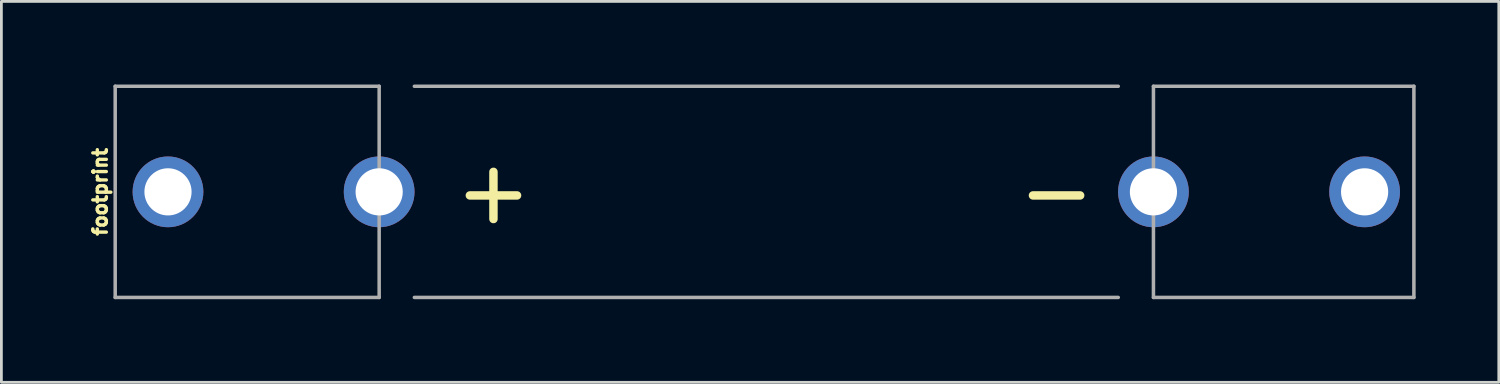
<source format=kicad_pcb>
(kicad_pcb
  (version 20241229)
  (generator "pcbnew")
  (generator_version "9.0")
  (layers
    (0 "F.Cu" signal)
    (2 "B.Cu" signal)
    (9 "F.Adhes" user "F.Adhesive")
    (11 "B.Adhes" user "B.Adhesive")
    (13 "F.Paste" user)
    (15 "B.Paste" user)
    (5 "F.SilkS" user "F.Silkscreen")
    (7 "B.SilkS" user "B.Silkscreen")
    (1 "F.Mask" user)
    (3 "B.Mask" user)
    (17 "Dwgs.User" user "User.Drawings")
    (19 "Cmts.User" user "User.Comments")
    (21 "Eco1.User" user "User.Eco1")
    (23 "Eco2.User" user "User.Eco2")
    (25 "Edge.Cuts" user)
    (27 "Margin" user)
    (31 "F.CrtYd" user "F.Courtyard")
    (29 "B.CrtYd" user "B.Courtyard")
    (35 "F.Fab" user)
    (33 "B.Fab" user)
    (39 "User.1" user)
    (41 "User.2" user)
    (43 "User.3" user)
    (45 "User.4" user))
  (footprint "footprint"
    (layer "F.Cu")
    (at 24.602 3.873)
    (property "Reference" "footprint" (at -23.749 0 90) (layer "F.SilkS") (effects (font (size 0.488 0.488) (thickness 0.122)) (justify bottom)))
    (fp_line (start -23.495 -3.81) (end -13.97 -3.81) (stroke (width 0.127) (type solid)) (layer "F.Fab"))
    (fp_line (start -23.495 3.81) (end -23.495 -3.81) (stroke (width 0.127) (type solid)) (layer "F.Fab"))
    (fp_line (start -13.97 -3.81) (end -13.97 3.81) (stroke (width 0.127) (type solid)) (layer "F.Fab"))
    (fp_line (start -13.97 3.81) (end -23.495 3.81) (stroke (width 0.127) (type solid)) (layer "F.Fab"))
    (fp_line (start -12.7 -3.81) (end 12.7 -3.81) (stroke (width 0.127) (type solid)) (layer "F.Fab"))
    (fp_line (start 12.7 3.81) (end -12.7 3.81) (stroke (width 0.127) (type solid)) (layer "F.Fab"))
    (fp_line (start 13.97 -3.81) (end 13.97 3.81) (stroke (width 0.127) (type solid)) (layer "F.Fab"))
    (fp_line (start 13.97 3.81) (end 23.368 3.81) (stroke (width 0.127) (type solid)) (layer "F.Fab"))
    (fp_line (start 23.368 -3.81) (end 13.97 -3.81) (stroke (width 0.127) (type solid)) (layer "F.Fab"))
    (fp_line (start 23.368 3.81) (end 23.368 -3.81) (stroke (width 0.127) (type solid)) (layer "F.Fab"))
    (fp_text user "+" (at -11.43 1.27 0) (layer "F.SilkS") (effects (font (size 2.235 2.235) (thickness 0.305)) (justify left bottom)))
    (fp_text user "-" (at 8.89 1.27 0) (layer "F.SilkS") (effects (font (size 2.235 2.235) (thickness 0.305)) (justify left bottom)))
    (pad "GND@1" thru_hole circle (at 21.59 0) (size 2.553 2.553) (drill 1.702) (layers "*.Cu" "*.Mask"))
    (pad "GND@2" thru_hole circle (at 13.97 0) (size 2.553 2.553) (drill 1.702) (layers "*.Cu" "*.Mask"))
    (pad "PWR@1" thru_hole circle (at -21.59 0) (size 2.553 2.553) (drill 1.702) (layers "*.Cu" "*.Mask"))
    (pad "PWR@2" thru_hole circle (at -13.97 0) (size 2.553 2.553) (drill 1.702) (layers "*.Cu" "*.Mask")))
  (gr_rect
    (start -3 -3)
    (end 51.034 10.747)
    (stroke (width 0.1) (type default))
    (fill no)
    (layer "Edge.Cuts")))
</source>
